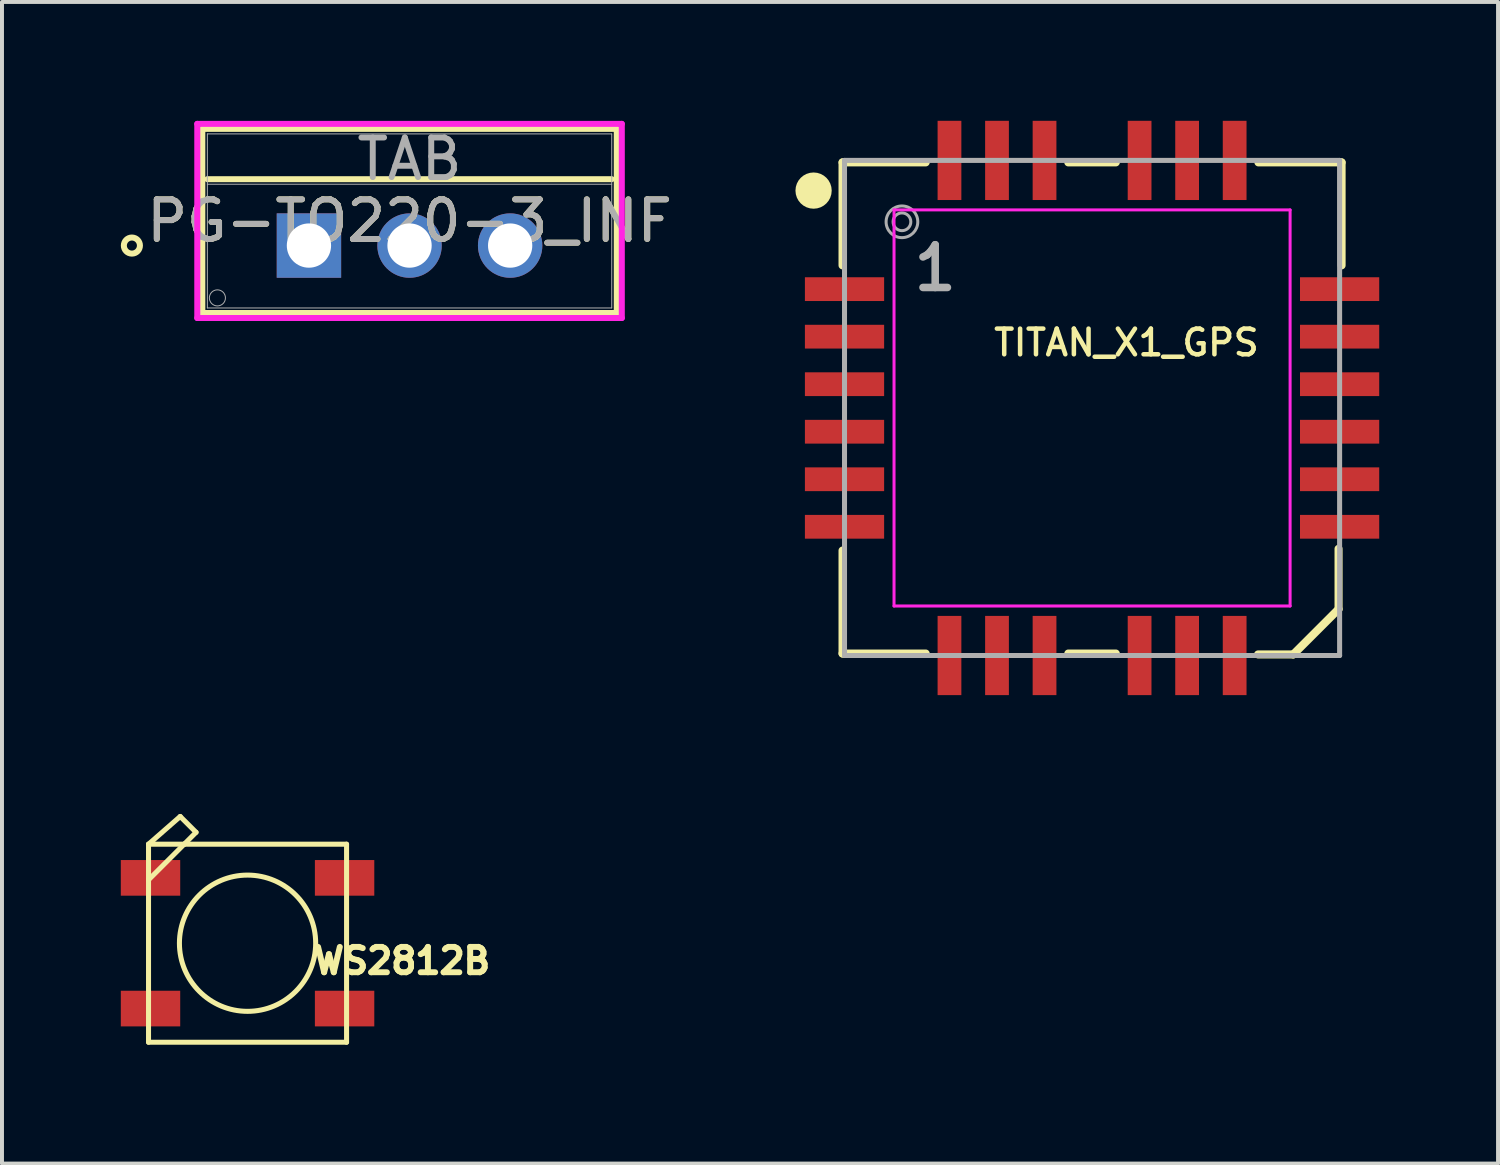
<source format=kicad_pcb>
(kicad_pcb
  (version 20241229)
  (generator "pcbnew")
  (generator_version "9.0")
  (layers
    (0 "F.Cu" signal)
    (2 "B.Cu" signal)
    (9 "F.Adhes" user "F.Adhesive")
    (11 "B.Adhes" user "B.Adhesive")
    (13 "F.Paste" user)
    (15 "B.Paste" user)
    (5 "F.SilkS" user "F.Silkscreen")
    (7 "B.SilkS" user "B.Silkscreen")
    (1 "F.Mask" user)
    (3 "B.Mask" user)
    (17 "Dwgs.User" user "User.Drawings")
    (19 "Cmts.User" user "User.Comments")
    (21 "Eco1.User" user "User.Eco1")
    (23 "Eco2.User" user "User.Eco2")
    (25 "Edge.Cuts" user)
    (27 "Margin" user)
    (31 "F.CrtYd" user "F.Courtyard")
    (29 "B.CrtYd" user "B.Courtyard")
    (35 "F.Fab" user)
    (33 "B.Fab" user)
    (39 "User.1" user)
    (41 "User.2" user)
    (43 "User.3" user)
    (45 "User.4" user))
  (footprint "PG-TO220-3_INF"
    (layer "F.Cu")
    (at 4.75 3.15)
    (property "Reference" "PG-TO220-3_INF" (at 2.54 -0.622 0) (unlocked yes) (layer "F.SilkS") (effects (font (size 1 1) (thickness 0.15))))
    (attr through_hole)
    (fp_line (start -2.692 -2.946) (end -2.692 1.702) (stroke (width 0.152) (type solid)) (layer "F.SilkS"))
    (fp_line (start -2.692 1.702) (end 7.772 1.702) (stroke (width 0.152) (type solid)) (layer "F.SilkS"))
    (fp_line (start -2.565 -1.676) (end 7.645 -1.676) (stroke (width 0.152) (type solid)) (layer "F.SilkS"))
    (fp_line (start 7.772 -2.946) (end -2.692 -2.946) (stroke (width 0.152) (type solid)) (layer "F.SilkS"))
    (fp_line (start 7.772 1.702) (end 7.772 -2.946) (stroke (width 0.152) (type solid)) (layer "F.SilkS"))
    (fp_circle (center -4.47 0) (end -4.267 0) (stroke (width 0.152) (type solid)) (fill no) (layer "F.SilkS"))
    (fp_line (start -2.819 -3.073) (end -2.819 1.829) (stroke (width 0.152) (type solid)) (layer "F.CrtYd"))
    (fp_line (start -2.819 1.829) (end 7.899 1.829) (stroke (width 0.152) (type solid)) (layer "F.CrtYd"))
    (fp_line (start 7.899 -3.073) (end -2.819 -3.073) (stroke (width 0.152) (type solid)) (layer "F.CrtYd"))
    (fp_line (start 7.899 1.829) (end 7.899 -3.073) (stroke (width 0.152) (type solid)) (layer "F.CrtYd"))
    (fp_line (start -2.565 -2.819) (end -2.565 1.575) (stroke (width 0.025) (type solid)) (layer "F.Fab"))
    (fp_line (start -2.565 -1.549) (end 7.645 -1.549) (stroke (width 0.025) (type solid)) (layer "F.Fab"))
    (fp_line (start -2.565 1.575) (end 7.645 1.575) (stroke (width 0.025) (type solid)) (layer "F.Fab"))
    (fp_line (start 7.645 -2.819) (end -2.565 -2.819) (stroke (width 0.025) (type solid)) (layer "F.Fab"))
    (fp_line (start 7.645 1.575) (end 7.645 -2.819) (stroke (width 0.025) (type solid)) (layer "F.Fab"))
    (fp_circle (center -2.311 1.321) (end -2.108 1.321) (stroke (width 0.025) (type solid)) (fill no) (layer "F.Fab"))
    (fp_text user "TAB" (at 2.54 -2.184 0) (unlocked yes) (layer "F.Fab") (effects (font (size 1 1) (thickness 0.15))))
    (fp_text user "${REFERENCE}" (at 2.54 -0.622 0) (unlocked yes) (layer "F.Fab") (effects (font (size 1 1) (thickness 0.15))))
    (pad "1" thru_hole rect (at 0 0) (size 1.626 1.626) (drill 1.118) (layers "*.Cu" "*.Mask"))
    (pad "2" thru_hole circle (at 2.54 0) (size 1.626 1.626) (drill 1.118) (layers "*.Cu" "*.Mask"))
    (pad "3" thru_hole circle (at 5.08 0) (size 1.626 1.626) (drill 1.118) (layers "*.Cu" "*.Mask")))
  (footprint "WS2812B"
    (layer "F.Cu")
    (at 3.2 20.764)
    (property "Reference" "WS2812B" (at 3.899 0.445 180) (layer "F.SilkS") (effects (font (size 0.64 0.64) (thickness 0.15))))
    (attr smd)
    (fp_line (start -2.5 -2.5) (end -1.6 -2.5) (stroke (width 0.127) (type solid)) (layer "F.SilkS"))
    (fp_line (start -2.5 -1.6) (end -2.5 -2.5) (stroke (width 0.127) (type solid)) (layer "F.SilkS"))
    (fp_line (start -2.5 -1.6) (end -1.6 -2.5) (stroke (width 0.127) (type solid)) (layer "F.SilkS"))
    (fp_line (start -2.5 2.5) (end -2.5 -1.6) (stroke (width 0.127) (type solid)) (layer "F.SilkS"))
    (fp_line (start -1.7 -3.2) (end -2.5 -2.5) (stroke (width 0.127) (type solid)) (layer "F.SilkS"))
    (fp_line (start -1.6 -2.5) (end -1.3 -2.8) (stroke (width 0.127) (type solid)) (layer "F.SilkS"))
    (fp_line (start -1.6 -2.5) (end 2.5 -2.5) (stroke (width 0.127) (type solid)) (layer "F.SilkS"))
    (fp_line (start -1.3 -2.8) (end -1.7 -3.2) (stroke (width 0.127) (type solid)) (layer "F.SilkS"))
    (fp_line (start 2.5 -2.5) (end 2.5 2.5) (stroke (width 0.127) (type solid)) (layer "F.SilkS"))
    (fp_line (start 2.5 2.5) (end -2.5 2.5) (stroke (width 0.127) (type solid)) (layer "F.SilkS"))
    (fp_circle (center 0 0) (end 1.72 0) (stroke (width 0.127) (type solid)) (fill no) (layer "F.SilkS"))
    (pad "1" smd rect (at 2.45 1.65 180) (size 1.5 0.9) (layers "F.Cu" "F.Mask" "F.Paste"))
    (pad "2" smd rect (at 2.45 -1.65 180) (size 1.5 0.9) (layers "F.Cu" "F.Mask" "F.Paste"))
    (pad "3" smd rect (at -2.45 -1.65 180) (size 1.5 0.9) (layers "F.Cu" "F.Mask" "F.Paste"))
    (pad "4" smd rect (at -2.45 1.65 180) (size 1.5 0.9) (layers "F.Cu" "F.Mask" "F.Paste")))
  (footprint "TITAN_X1_GPS"
    (layer "F.Cu")
    (at 24.522 7.25)
    (property "Reference" "TITAN_X1_GPS" (at -2.54 -1.27 0) (layer "F.SilkS") (effects (font (size 0.648 0.648) (thickness 0.114)) (justify left bottom)))
    (fp_line (start -6.3 -6.2) (end -6.3 -3.6) (stroke (width 0.203) (type solid)) (layer "F.SilkS"))
    (fp_line (start -6.3 -6.2) (end -4.2 -6.2) (stroke (width 0.203) (type solid)) (layer "F.SilkS"))
    (fp_line (start -6.3 3.6) (end -6.3 6.2) (stroke (width 0.203) (type solid)) (layer "F.SilkS"))
    (fp_line (start -6.3 6.2) (end -4.2 6.2) (stroke (width 0.203) (type solid)) (layer "F.SilkS"))
    (fp_line (start -0.6 -6.2) (end 0.6 -6.2) (stroke (width 0.203) (type solid)) (layer "F.SilkS"))
    (fp_line (start -0.6 6.2) (end 0.6 6.2) (stroke (width 0.203) (type solid)) (layer "F.SilkS"))
    (fp_line (start 4.191 6.223) (end 5.08 6.223) (stroke (width 0.203) (type solid)) (layer "F.SilkS"))
    (fp_line (start 4.2 -6.2) (end 6.3 -6.2) (stroke (width 0.203) (type solid)) (layer "F.SilkS"))
    (fp_line (start 5.08 6.223) (end 6.223 5.08) (stroke (width 0.203) (type solid)) (layer "F.SilkS"))
    (fp_line (start 6.223 5.08) (end 6.223 3.556) (stroke (width 0.203) (type solid)) (layer "F.SilkS"))
    (fp_line (start 6.3 -3.6) (end 6.3 -6.2) (stroke (width 0.203) (type solid)) (layer "F.SilkS"))
    (fp_circle (center -7.031 -5.488) (end -6.802 -5.488) (stroke (width 0.457) (type solid)) (fill no) (layer "F.SilkS"))
    (fp_line (start -5 -5) (end 5 -5) (stroke (width 0.076) (type solid)) (layer "F.CrtYd"))
    (fp_line (start -5 5) (end -5 -5) (stroke (width 0.076) (type solid)) (layer "F.CrtYd"))
    (fp_line (start 5 -5) (end 5 5) (stroke (width 0.076) (type solid)) (layer "F.CrtYd"))
    (fp_line (start 5 5) (end -5 5) (stroke (width 0.076) (type solid)) (layer "F.CrtYd"))
    (fp_line (start -6.25 -6.25) (end -6.25 6.25) (stroke (width 0.127) (type solid)) (layer "F.Fab"))
    (fp_line (start -6.25 6.25) (end 6.25 6.25) (stroke (width 0.127) (type solid)) (layer "F.Fab"))
    (fp_line (start 6.25 -6.25) (end -6.25 -6.25) (stroke (width 0.127) (type solid)) (layer "F.Fab"))
    (fp_line (start 6.25 6.25) (end 6.25 -6.25) (stroke (width 0.127) (type solid)) (layer "F.Fab"))
    (fp_circle (center -4.8 -4.7) (end -4.576 -4.7) (stroke (width 0.076) (type solid)) (fill no) (layer "F.Fab"))
    (fp_circle (center -4.8 -4.7) (end -4.4 -4.7) (stroke (width 0.076) (type solid)) (fill no) (layer "F.Fab"))
    (fp_text user "1" (at -4.6 -2.9 0) (layer "F.Fab") (effects (font (size 1.079 1.079) (thickness 0.191)) (justify left bottom)))
    (pad "1" smd rect (at -6.25 -3) (size 2 0.6) (layers "F.Cu" "F.Mask" "F.Paste"))
    (pad "2" smd rect (at -6.25 -1.8) (size 2 0.6) (layers "F.Cu" "F.Mask" "F.Paste"))
    (pad "3" smd rect (at -6.25 -0.6) (size 2 0.6) (layers "F.Cu" "F.Mask" "F.Paste"))
    (pad "4" smd rect (at -6.25 0.6) (size 2 0.6) (layers "F.Cu" "F.Mask" "F.Paste"))
    (pad "5" smd rect (at -6.25 1.8) (size 2 0.6) (layers "F.Cu" "F.Mask" "F.Paste"))
    (pad "6" smd rect (at -6.25 3) (size 2 0.6) (layers "F.Cu" "F.Mask" "F.Paste"))
    (pad "7" smd rect (at -3.6 6.25 90) (size 2 0.6) (layers "F.Cu" "F.Mask" "F.Paste"))
    (pad "8" smd rect (at -2.4 6.25 90) (size 2 0.6) (layers "F.Cu" "F.Mask" "F.Paste"))
    (pad "9" smd rect (at -1.2 6.25 90) (size 2 0.6) (layers "F.Cu" "F.Mask" "F.Paste"))
    (pad "10" smd rect (at 1.2 6.25 90) (size 2 0.6) (layers "F.Cu" "F.Mask" "F.Paste"))
    (pad "11" smd rect (at 2.4 6.25 90) (size 2 0.6) (layers "F.Cu" "F.Mask" "F.Paste"))
    (pad "12" smd rect (at 3.6 6.25 90) (size 2 0.6) (layers "F.Cu" "F.Mask" "F.Paste"))
    (pad "13" smd rect (at 6.25 3) (size 2 0.6) (layers "F.Cu" "F.Mask" "F.Paste"))
    (pad "14" smd rect (at 6.25 1.8) (size 2 0.6) (layers "F.Cu" "F.Mask" "F.Paste"))
    (pad "15" smd rect (at 6.25 0.6) (size 2 0.6) (layers "F.Cu" "F.Mask" "F.Paste"))
    (pad "16" smd rect (at 6.25 -0.6) (size 2 0.6) (layers "F.Cu" "F.Mask" "F.Paste"))
    (pad "17" smd rect (at 6.25 -1.8) (size 2 0.6) (layers "F.Cu" "F.Mask" "F.Paste"))
    (pad "18" smd rect (at 6.25 -3) (size 2 0.6) (layers "F.Cu" "F.Mask" "F.Paste"))
    (pad "19" smd rect (at 3.6 -6.25 270) (size 2 0.6) (layers "F.Cu" "F.Mask" "F.Paste"))
    (pad "20" smd rect (at 2.4 -6.25 270) (size 2 0.6) (layers "F.Cu" "F.Mask" "F.Paste"))
    (pad "21" smd rect (at 1.2 -6.25 270) (size 2 0.6) (layers "F.Cu" "F.Mask" "F.Paste"))
    (pad "22" smd rect (at -1.2 -6.25 270) (size 2 0.6) (layers "F.Cu" "F.Mask" "F.Paste"))
    (pad "23" smd rect (at -2.4 -6.25 270) (size 2 0.6) (layers "F.Cu" "F.Mask" "F.Paste"))
    (pad "24" smd rect (at -3.6 -6.25 270) (size 2 0.6) (layers "F.Cu" "F.Mask" "F.Paste")))
  (gr_rect
    (start -3 -3)
    (end 34.772 26.327)
    (stroke (width 0.1) (type default))
    (fill no)
    (layer "Edge.Cuts")))
</source>
